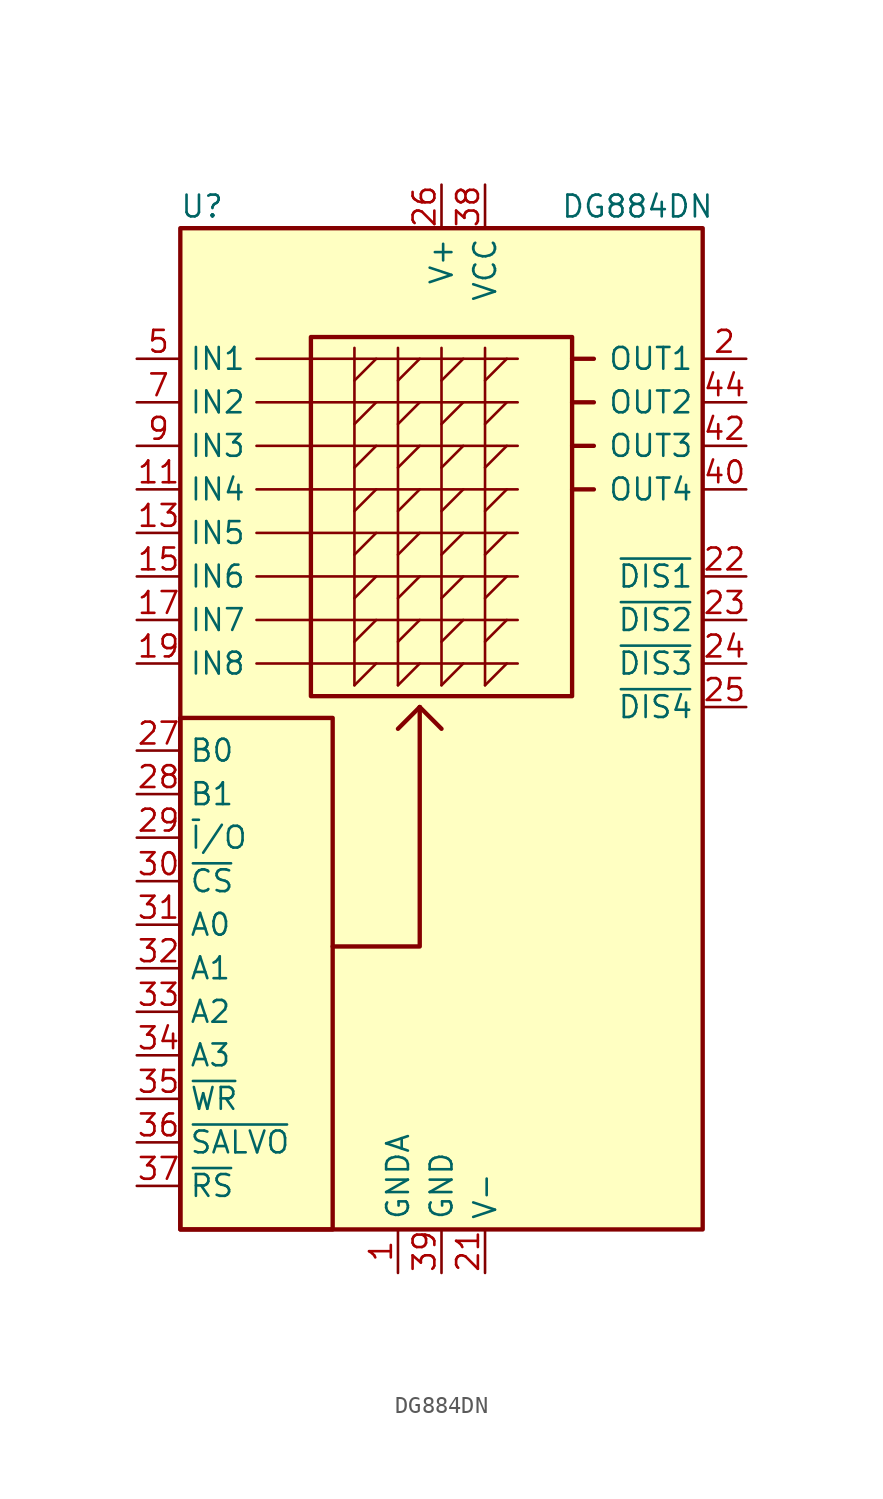
<source format=kicad_sym>
(kicad_symbol_lib
  (version 20201005)
  (generator kicad_symbol_editor)
  (symbol "Analog_Switch:DG884DN"
    (property "Reference" "U"
      (at -13.97 34.29 0)
      (effects (font (size 1.27 1.27))))
    (property "Value" "DG884DN"
      (at 11.43 34.29 0)
      (effects (font (size 1.27 1.27))))
    (symbol "DG884DN_0_1"
      (rectangle (start -15.24 4.445) (end -6.35 -25.4) (stroke (width 0.254)) (fill (type none)))
      (rectangle (start -7.62 26.67) (end 7.62 5.715) (stroke (width 0.254)) (fill (type none)))
      (rectangle (start -15.24 -25.4) (end 15.24 33.02) (stroke (width 0.254)) (fill (type background)))
      (polyline (pts (xy -10.795 7.62) (xy 4.445 7.62)) (stroke (width 0)) (fill (type none)))
      (polyline (pts (xy -10.795 10.16) (xy 4.445 10.16)) (stroke (width 0)) (fill (type none)))
      (polyline (pts (xy -10.795 12.7) (xy 4.445 12.7)) (stroke (width 0)) (fill (type none)))
      (polyline (pts (xy -10.795 15.24) (xy 4.445 15.24)) (stroke (width 0)) (fill (type none)))
      (polyline (pts (xy -10.795 17.78) (xy 4.445 17.78)) (stroke (width 0)) (fill (type none)))
      (polyline (pts (xy -10.795 20.32) (xy 4.445 20.32)) (stroke (width 0)) (fill (type none)))
      (polyline (pts (xy -10.795 22.86) (xy 4.445 22.86)) (stroke (width 0)) (fill (type none)))
      (polyline (pts (xy -10.795 25.4) (xy 4.445 25.4)) (stroke (width 0)) (fill (type none)))
      (polyline (pts (xy -5.08 6.35) (xy -3.81 7.62)) (stroke (width 0)) (fill (type none)))
      (polyline (pts (xy -5.08 8.89) (xy -3.81 10.16)) (stroke (width 0)) (fill (type none)))
      (polyline (pts (xy -5.08 11.43) (xy -3.81 12.7)) (stroke (width 0)) (fill (type none)))
      (polyline (pts (xy -5.08 13.97) (xy -3.81 15.24)) (stroke (width 0)) (fill (type none)))
      (polyline (pts (xy -5.08 16.51) (xy -3.81 17.78)) (stroke (width 0)) (fill (type none)))
      (polyline (pts (xy -5.08 19.05) (xy -3.81 20.32)) (stroke (width 0)) (fill (type none)))
      (polyline (pts (xy -5.08 21.59) (xy -3.81 22.86)) (stroke (width 0)) (fill (type none)))
      (polyline (pts (xy -5.08 24.13) (xy -3.81 25.4)) (stroke (width 0)) (fill (type none)))
      (polyline (pts (xy -5.08 26.035) (xy -5.08 6.35)) (stroke (width 0)) (fill (type none)))
      (polyline (pts (xy -2.54 6.35) (xy -1.27 7.62)) (stroke (width 0)) (fill (type none)))
      (polyline (pts (xy -2.54 8.89) (xy -1.27 10.16)) (stroke (width 0)) (fill (type none)))
      (polyline (pts (xy -2.54 11.43) (xy -1.27 12.7)) (stroke (width 0)) (fill (type none)))
      (polyline (pts (xy -2.54 13.97) (xy -1.27 15.24)) (stroke (width 0)) (fill (type none)))
      (polyline (pts (xy -2.54 16.51) (xy -1.27 17.78)) (stroke (width 0)) (fill (type none)))
      (polyline (pts (xy -2.54 19.05) (xy -1.27 20.32)) (stroke (width 0)) (fill (type none)))
      (polyline (pts (xy -2.54 21.59) (xy -1.27 22.86)) (stroke (width 0)) (fill (type none)))
      (polyline (pts (xy -2.54 24.13) (xy -1.27 25.4)) (stroke (width 0)) (fill (type none)))
      (polyline (pts (xy -2.54 26.035) (xy -2.54 6.35)) (stroke (width 0)) (fill (type none)))
      (polyline (pts (xy -1.27 5.08) (xy -2.54 3.81)) (stroke (width 0.254)) (fill (type none)))
      (polyline (pts (xy -1.27 5.08) (xy 0 3.81)) (stroke (width 0.254)) (fill (type none)))
      (polyline (pts (xy 0 6.35) (xy 1.27 7.62)) (stroke (width 0)) (fill (type none)))
      (polyline (pts (xy 0 8.89) (xy 1.27 10.16)) (stroke (width 0)) (fill (type none)))
      (polyline (pts (xy 0 11.43) (xy 1.27 12.7)) (stroke (width 0)) (fill (type none)))
      (polyline (pts (xy 0 13.97) (xy 1.27 15.24)) (stroke (width 0)) (fill (type none)))
      (polyline (pts (xy 0 16.51) (xy 1.27 17.78)) (stroke (width 0)) (fill (type none)))
      (polyline (pts (xy 0 19.05) (xy 1.27 20.32)) (stroke (width 0)) (fill (type none)))
      (polyline (pts (xy 0 21.59) (xy 1.27 22.86)) (stroke (width 0)) (fill (type none)))
      (polyline (pts (xy 0 24.13) (xy 1.27 25.4)) (stroke (width 0)) (fill (type none)))
      (polyline (pts (xy 0 26.035) (xy 0 6.35)) (stroke (width 0)) (fill (type none)))
      (polyline (pts (xy 2.54 6.35) (xy 3.81 7.62)) (stroke (width 0)) (fill (type none)))
      (polyline (pts (xy 2.54 8.89) (xy 3.81 10.16)) (stroke (width 0)) (fill (type none)))
      (polyline (pts (xy 2.54 11.43) (xy 3.81 12.7)) (stroke (width 0)) (fill (type none)))
      (polyline (pts (xy 2.54 13.97) (xy 3.81 15.24)) (stroke (width 0)) (fill (type none)))
      (polyline (pts (xy 2.54 16.51) (xy 3.81 17.78)) (stroke (width 0)) (fill (type none)))
      (polyline (pts (xy 2.54 19.05) (xy 3.81 20.32)) (stroke (width 0)) (fill (type none)))
      (polyline (pts (xy 2.54 21.59) (xy 3.81 22.86)) (stroke (width 0)) (fill (type none)))
      (polyline (pts (xy 2.54 24.13) (xy 3.81 25.4)) (stroke (width 0)) (fill (type none)))
      (polyline (pts (xy 2.54 26.035) (xy 2.54 6.35)) (stroke (width 0)) (fill (type none)))
      (polyline (pts (xy 7.62 20.32) (xy 8.89 20.32)) (stroke (width 0.254)) (fill (type none)))
      (polyline (pts (xy 7.62 22.86) (xy 8.89 22.86)) (stroke (width 0.254)) (fill (type none)))
      (polyline (pts (xy 8.89 17.78) (xy 7.62 17.78)) (stroke (width 0.254)) (fill (type none)))
      (polyline (pts (xy 8.89 25.4) (xy 7.62 25.4)) (stroke (width 0.254)) (fill (type none)))
      (polyline (pts (xy -6.35 -8.89) (xy -1.27 -8.89) (xy -1.27 5.08)) (stroke (width 0.254)) (fill (type none))))
    (symbol "DG884DN_1_1"
      (pin power_in line (at -2.54 -27.94 90) (length 2.54) (name "GNDA" (effects (font (size 1.27 1.27)))) (number "1" (effects (font (size 1.27 1.27)))))
      (pin passive line (at -2.54 -27.94 90) (length 2.54) hide (name "GNDA" (effects (font (size 1.27 1.27)))) (number "10" (effects (font (size 1.27 1.27)))))
      (pin input line (at -17.78 17.78 0) (length 2.54) (name "IN4" (effects (font (size 1.27 1.27)))) (number "11" (effects (font (size 1.27 1.27)))))
      (pin passive line (at -2.54 -27.94 90) (length 2.54) hide (name "GNDA" (effects (font (size 1.27 1.27)))) (number "12" (effects (font (size 1.27 1.27)))))
      (pin input line (at -17.78 15.24 0) (length 2.54) (name "IN5" (effects (font (size 1.27 1.27)))) (number "13" (effects (font (size 1.27 1.27)))))
      (pin passive line (at -2.54 -27.94 90) (length 2.54) hide (name "GNDA" (effects (font (size 1.27 1.27)))) (number "14" (effects (font (size 1.27 1.27)))))
      (pin input line (at -17.78 12.7 0) (length 2.54) (name "IN6" (effects (font (size 1.27 1.27)))) (number "15" (effects (font (size 1.27 1.27)))))
      (pin passive line (at -2.54 -27.94 90) (length 2.54) hide (name "GNDA" (effects (font (size 1.27 1.27)))) (number "16" (effects (font (size 1.27 1.27)))))
      (pin input line (at -17.78 10.16 0) (length 2.54) (name "IN7" (effects (font (size 1.27 1.27)))) (number "17" (effects (font (size 1.27 1.27)))))
      (pin passive line (at -2.54 -27.94 90) (length 2.54) hide (name "GNDA" (effects (font (size 1.27 1.27)))) (number "18" (effects (font (size 1.27 1.27)))))
      (pin input line (at -17.78 7.62 0) (length 2.54) (name "IN8" (effects (font (size 1.27 1.27)))) (number "19" (effects (font (size 1.27 1.27)))))
      (pin output line (at 17.78 25.4 180) (length 2.54) (name "OUT1" (effects (font (size 1.27 1.27)))) (number "2" (effects (font (size 1.27 1.27)))))
      (pin passive line (at -2.54 -27.94 90) (length 2.54) hide (name "GNDA" (effects (font (size 1.27 1.27)))) (number "20" (effects (font (size 1.27 1.27)))))
      (pin passive line (at 2.54 -27.94 90) (length 2.54) (name "V-" (effects (font (size 1.27 1.27)))) (number "21" (effects (font (size 1.27 1.27)))))
      (pin open_collector line (at 17.78 12.7 180) (length 2.54) (name "~DIS1" (effects (font (size 1.27 1.27)))) (number "22" (effects (font (size 1.27 1.27)))))
      (pin open_collector line (at 17.78 10.16 180) (length 2.54) (name "~DIS2" (effects (font (size 1.27 1.27)))) (number "23" (effects (font (size 1.27 1.27)))))
      (pin open_collector line (at 17.78 7.62 180) (length 2.54) (name "~DIS3" (effects (font (size 1.27 1.27)))) (number "24" (effects (font (size 1.27 1.27)))))
      (pin open_collector line (at 17.78 5.08 180) (length 2.54) (name "~DIS4" (effects (font (size 1.27 1.27)))) (number "25" (effects (font (size 1.27 1.27)))))
      (pin passive line (at 0 35.56 270) (length 2.54) (name "V+" (effects (font (size 1.27 1.27)))) (number "26" (effects (font (size 1.27 1.27)))))
      (pin input line (at -17.78 2.54 0) (length 2.54) (name "B0" (effects (font (size 1.27 1.27)))) (number "27" (effects (font (size 1.27 1.27)))))
      (pin input line (at -17.78 0 0) (length 2.54) (name "B1" (effects (font (size 1.27 1.27)))) (number "28" (effects (font (size 1.27 1.27)))))
      (pin input line (at -17.78 -2.54 0) (length 2.54) (name "~I~/O" (effects (font (size 1.27 1.27)))) (number "29" (effects (font (size 1.27 1.27)))))
      (pin passive line (at -2.54 -27.94 90) (length 2.54) hide (name "GNDA" (effects (font (size 1.27 1.27)))) (number "3" (effects (font (size 1.27 1.27)))))
      (pin input line (at -17.78 -5.08 0) (length 2.54) (name "~CS" (effects (font (size 1.27 1.27)))) (number "30" (effects (font (size 1.27 1.27)))))
      (pin input line (at -17.78 -7.62 0) (length 2.54) (name "A0" (effects (font (size 1.27 1.27)))) (number "31" (effects (font (size 1.27 1.27)))))
      (pin input line (at -17.78 -10.16 0) (length 2.54) (name "A1" (effects (font (size 1.27 1.27)))) (number "32" (effects (font (size 1.27 1.27)))))
      (pin input line (at -17.78 -12.7 0) (length 2.54) (name "A2" (effects (font (size 1.27 1.27)))) (number "33" (effects (font (size 1.27 1.27)))))
      (pin input line (at -17.78 -15.24 0) (length 2.54) (name "A3" (effects (font (size 1.27 1.27)))) (number "34" (effects (font (size 1.27 1.27)))))
      (pin input line (at -17.78 -17.78 0) (length 2.54) (name "~WR" (effects (font (size 1.27 1.27)))) (number "35" (effects (font (size 1.27 1.27)))))
      (pin input line (at -17.78 -20.32 0) (length 2.54) (name "~SALVO" (effects (font (size 1.27 1.27)))) (number "36" (effects (font (size 1.27 1.27)))))
      (pin input line (at -17.78 -22.86 0) (length 2.54) (name "~RS" (effects (font (size 1.27 1.27)))) (number "37" (effects (font (size 1.27 1.27)))))
      (pin power_in line (at 2.54 35.56 270) (length 2.54) (name "VCC" (effects (font (size 1.27 1.27)))) (number "38" (effects (font (size 1.27 1.27)))))
      (pin power_in line (at 0 -27.94 90) (length 2.54) (name "GND" (effects (font (size 1.27 1.27)))) (number "39" (effects (font (size 1.27 1.27)))))
      (pin passive line (at -2.54 -27.94 90) (length 2.54) hide (name "GNDA" (effects (font (size 1.27 1.27)))) (number "4" (effects (font (size 1.27 1.27)))))
      (pin output line (at 17.78 17.78 180) (length 2.54) (name "OUT4" (effects (font (size 1.27 1.27)))) (number "40" (effects (font (size 1.27 1.27)))))
      (pin passive line (at -2.54 -27.94 90) (length 2.54) hide (name "GNDA" (effects (font (size 1.27 1.27)))) (number "41" (effects (font (size 1.27 1.27)))))
      (pin output line (at 17.78 20.32 180) (length 2.54) (name "OUT3" (effects (font (size 1.27 1.27)))) (number "42" (effects (font (size 1.27 1.27)))))
      (pin passive line (at -2.54 -27.94 90) (length 2.54) hide (name "GNDA" (effects (font (size 1.27 1.27)))) (number "43" (effects (font (size 1.27 1.27)))))
      (pin output line (at 17.78 22.86 180) (length 2.54) (name "OUT2" (effects (font (size 1.27 1.27)))) (number "44" (effects (font (size 1.27 1.27)))))
      (pin input line (at -17.78 25.4 0) (length 2.54) (name "IN1" (effects (font (size 1.27 1.27)))) (number "5" (effects (font (size 1.27 1.27)))))
      (pin passive line (at -2.54 -27.94 90) (length 2.54) hide (name "GNDA" (effects (font (size 1.27 1.27)))) (number "6" (effects (font (size 1.27 1.27)))))
      (pin input line (at -17.78 22.86 0) (length 2.54) (name "IN2" (effects (font (size 1.27 1.27)))) (number "7" (effects (font (size 1.27 1.27)))))
      (pin passive line (at -2.54 -27.94 90) (length 2.54) hide (name "GNDA" (effects (font (size 1.27 1.27)))) (number "8" (effects (font (size 1.27 1.27)))))
      (pin input line (at -17.78 20.32 0) (length 2.54) (name "IN3" (effects (font (size 1.27 1.27)))) (number "9" (effects (font (size 1.27 1.27))))))))
</source>
